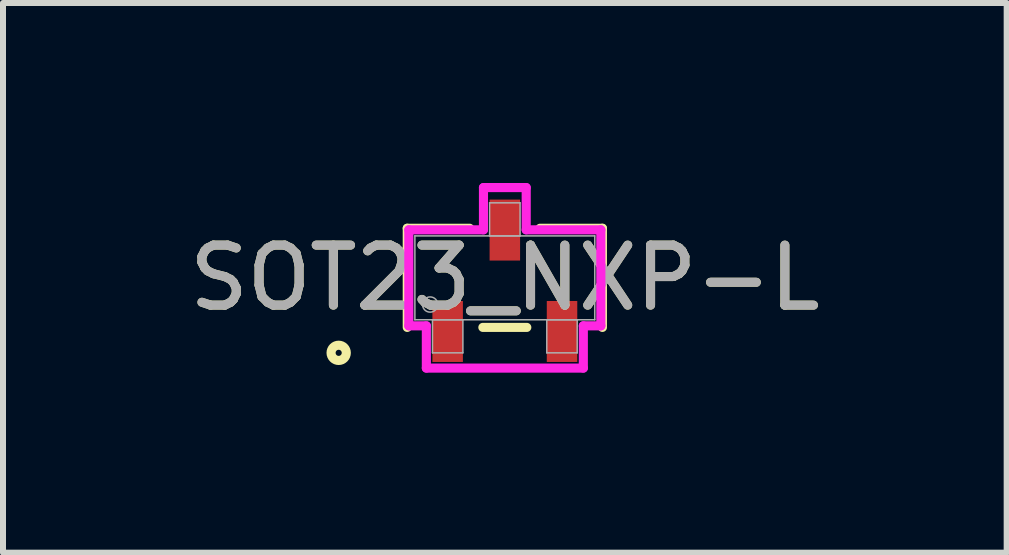
<source format=kicad_pcb>
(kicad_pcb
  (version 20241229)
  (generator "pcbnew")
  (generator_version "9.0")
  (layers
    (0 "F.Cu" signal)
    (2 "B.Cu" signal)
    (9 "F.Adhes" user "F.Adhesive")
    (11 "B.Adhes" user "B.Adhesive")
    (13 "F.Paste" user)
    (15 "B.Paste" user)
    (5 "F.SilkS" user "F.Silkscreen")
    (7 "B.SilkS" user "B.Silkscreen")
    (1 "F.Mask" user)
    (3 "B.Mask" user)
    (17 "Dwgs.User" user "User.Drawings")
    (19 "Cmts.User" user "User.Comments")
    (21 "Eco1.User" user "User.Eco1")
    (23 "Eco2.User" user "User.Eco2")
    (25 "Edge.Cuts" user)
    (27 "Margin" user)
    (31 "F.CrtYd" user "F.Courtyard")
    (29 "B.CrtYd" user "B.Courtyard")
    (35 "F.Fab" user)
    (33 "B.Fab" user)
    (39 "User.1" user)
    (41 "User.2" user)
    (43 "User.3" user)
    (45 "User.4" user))
  (footprint "SOT23_NXP-L"
    (layer "F.Cu")
    (at 5.363 1.58)
    (property "Reference" "SOT23_NXP-L" (at 0 0 0) (unlocked yes) (layer "F.SilkS") (effects (font (size 1 1) (thickness 0.15))))
    (attr smd)
    (fp_line (start -1.626 -0.826) (end -1.626 0.826) (stroke (width 0.152) (type solid)) (layer "F.SilkS"))
    (fp_line (start -0.587 -0.826) (end -1.626 -0.826) (stroke (width 0.152) (type solid)) (layer "F.SilkS"))
    (fp_line (start -0.366 0.826) (end 0.366 0.826) (stroke (width 0.152) (type solid)) (layer "F.SilkS"))
    (fp_line (start 1.626 -0.826) (end 0.587 -0.826) (stroke (width 0.152) (type solid)) (layer "F.SilkS"))
    (fp_line (start 1.626 0.826) (end 1.626 -0.826) (stroke (width 0.152) (type solid)) (layer "F.SilkS"))
    (fp_circle (center -2.769 1.25) (end -2.642 1.25) (stroke (width 0.152) (type solid)) (fill no) (layer "F.SilkS"))
    (fp_line (start -1.6 -0.8) (end -0.356 -0.8) (stroke (width 0.152) (type solid)) (layer "F.CrtYd"))
    (fp_line (start -1.6 0.8) (end -1.6 -0.8) (stroke (width 0.152) (type solid)) (layer "F.CrtYd"))
    (fp_line (start -1.6 0.8) (end -1.308 0.8) (stroke (width 0.152) (type solid)) (layer "F.CrtYd"))
    (fp_line (start -1.308 0.8) (end -1.308 1.504) (stroke (width 0.152) (type solid)) (layer "F.CrtYd"))
    (fp_line (start -1.308 1.504) (end 1.308 1.504) (stroke (width 0.152) (type solid)) (layer "F.CrtYd"))
    (fp_line (start -0.356 -1.504) (end 0.356 -1.504) (stroke (width 0.152) (type solid)) (layer "F.CrtYd"))
    (fp_line (start -0.356 -0.8) (end -0.356 -1.504) (stroke (width 0.152) (type solid)) (layer "F.CrtYd"))
    (fp_line (start 0.356 -0.8) (end 0.356 -1.504) (stroke (width 0.152) (type solid)) (layer "F.CrtYd"))
    (fp_line (start 1.308 0.8) (end 1.308 1.504) (stroke (width 0.152) (type solid)) (layer "F.CrtYd"))
    (fp_line (start 1.6 -0.8) (end 0.356 -0.8) (stroke (width 0.152) (type solid)) (layer "F.CrtYd"))
    (fp_line (start 1.6 -0.8) (end 1.6 0.8) (stroke (width 0.152) (type solid)) (layer "F.CrtYd"))
    (fp_line (start 1.6 0.8) (end 1.308 0.8) (stroke (width 0.152) (type solid)) (layer "F.CrtYd"))
    (fp_line (start -1.499 -0.699) (end -1.499 0.699) (stroke (width 0.025) (type solid)) (layer "F.Fab"))
    (fp_line (start -1.499 0.699) (end 1.499 0.699) (stroke (width 0.025) (type solid)) (layer "F.Fab"))
    (fp_line (start -1.206 0.699) (end -1.206 1.25) (stroke (width 0.025) (type solid)) (layer "F.Fab"))
    (fp_line (start -1.206 1.25) (end -0.699 1.25) (stroke (width 0.025) (type solid)) (layer "F.Fab"))
    (fp_line (start -0.699 0.699) (end -1.206 0.699) (stroke (width 0.025) (type solid)) (layer "F.Fab"))
    (fp_line (start -0.699 1.25) (end -0.699 0.699) (stroke (width 0.025) (type solid)) (layer "F.Fab"))
    (fp_line (start -0.254 -1.25) (end -0.254 -0.699) (stroke (width 0.025) (type solid)) (layer "F.Fab"))
    (fp_line (start -0.254 -0.699) (end 0.254 -0.699) (stroke (width 0.025) (type solid)) (layer "F.Fab"))
    (fp_line (start 0.254 -1.25) (end -0.254 -1.25) (stroke (width 0.025) (type solid)) (layer "F.Fab"))
    (fp_line (start 0.254 -0.699) (end 0.254 -1.25) (stroke (width 0.025) (type solid)) (layer "F.Fab"))
    (fp_line (start 0.699 0.699) (end 0.699 1.25) (stroke (width 0.025) (type solid)) (layer "F.Fab"))
    (fp_line (start 0.699 1.25) (end 1.206 1.25) (stroke (width 0.025) (type solid)) (layer "F.Fab"))
    (fp_line (start 1.206 0.699) (end 0.699 0.699) (stroke (width 0.025) (type solid)) (layer "F.Fab"))
    (fp_line (start 1.206 1.25) (end 1.206 0.699) (stroke (width 0.025) (type solid)) (layer "F.Fab"))
    (fp_line (start 1.499 -0.699) (end -1.499 -0.699) (stroke (width 0.025) (type solid)) (layer "F.Fab"))
    (fp_line (start 1.499 0.699) (end 1.499 -0.699) (stroke (width 0.025) (type solid)) (layer "F.Fab"))
    (fp_circle (center -1.245 0.445) (end -1.118 0.445) (stroke (width 0.025) (type solid)) (fill no) (layer "F.Fab"))
    (fp_text user "${REFERENCE}" (at 0 0 0) (unlocked yes) (layer "F.Fab") (effects (font (size 1 1) (thickness 0.15))))
    (pad "1" smd rect (at -0.953 0.894) (size 0.508 1.016) (layers "F.Cu" "F.Mask" "F.Paste"))
    (pad "2" smd rect (at 0.953 0.894) (size 0.508 1.016) (layers "F.Cu" "F.Mask" "F.Paste"))
    (pad "3" smd rect (at 0 -0.796) (size 0.508 1.016) (layers "F.Cu" "F.Mask" "F.Paste")))
  (gr_rect
    (start -3 -3)
    (end 13.726 6.16)
    (stroke (width 0.1) (type default))
    (fill no)
    (layer "Edge.Cuts")))
</source>
